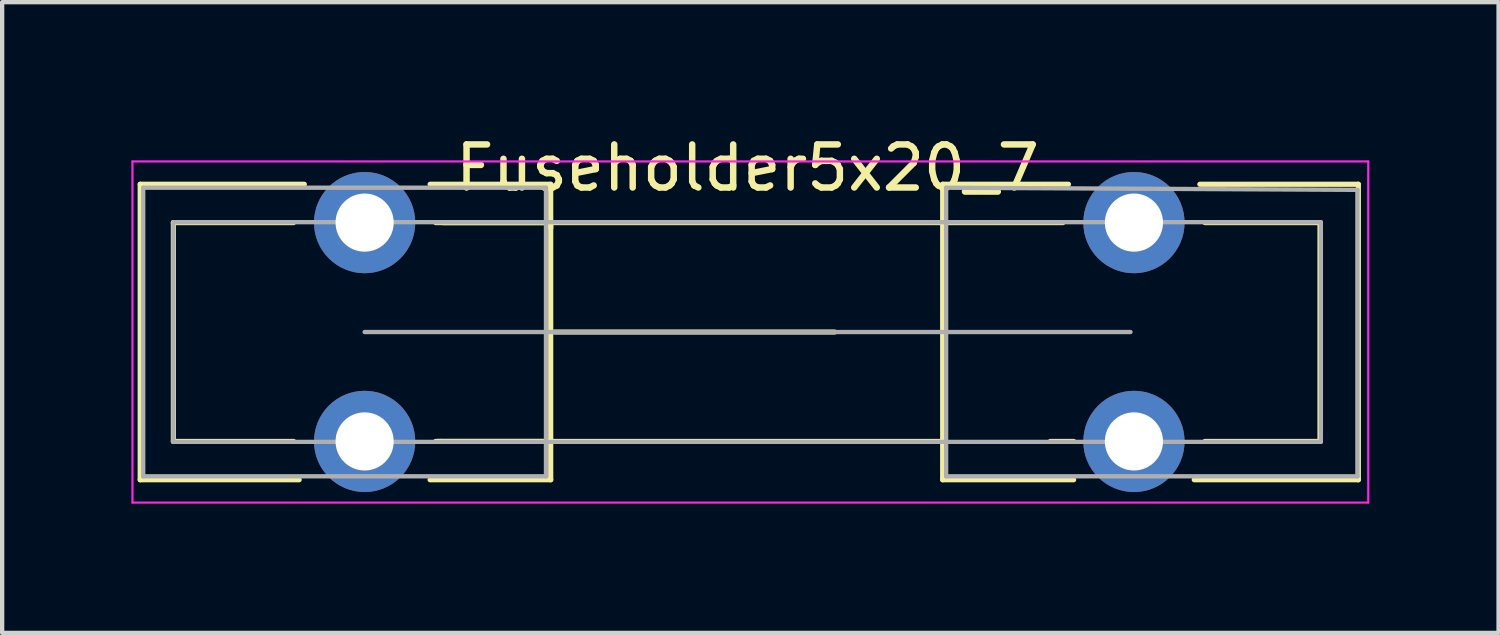
<source format=kicad_pcb>
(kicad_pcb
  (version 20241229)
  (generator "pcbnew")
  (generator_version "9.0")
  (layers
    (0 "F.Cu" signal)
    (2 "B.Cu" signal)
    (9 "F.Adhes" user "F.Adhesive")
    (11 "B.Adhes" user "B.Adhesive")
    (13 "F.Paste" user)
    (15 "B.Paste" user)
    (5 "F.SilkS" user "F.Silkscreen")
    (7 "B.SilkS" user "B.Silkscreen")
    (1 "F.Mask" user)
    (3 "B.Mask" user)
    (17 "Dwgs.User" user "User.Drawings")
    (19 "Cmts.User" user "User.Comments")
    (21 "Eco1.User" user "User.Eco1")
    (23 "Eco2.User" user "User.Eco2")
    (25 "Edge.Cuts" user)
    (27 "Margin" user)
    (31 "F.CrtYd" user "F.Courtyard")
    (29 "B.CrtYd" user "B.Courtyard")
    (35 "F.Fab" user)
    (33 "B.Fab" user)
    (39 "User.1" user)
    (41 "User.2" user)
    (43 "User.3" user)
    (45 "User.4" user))
  (footprint "Fuseholder5x20_7"
    (layer "F.Cu")
    (at 5.415 2.118)
    (property "Reference" "Fuseholder5x20_7" (at 8.89 -1.27 0) (layer "F.SilkS") (effects (font (size 1 1) (thickness 0.15))))
    (attr through_hole)
    (fp_line (start -5.21 -0.89) (end -5.21 5.97) (stroke (width 0.12) (type solid)) (layer "F.SilkS"))
    (fp_line (start -5.21 -0.89) (end -1.4 -0.89) (stroke (width 0.12) (type solid)) (layer "F.SilkS"))
    (fp_line (start -5.21 5.97) (end -1.52 5.97) (stroke (width 0.12) (type solid)) (layer "F.SilkS"))
    (fp_line (start -4.44 0) (end -4.44 5.08) (stroke (width 0.12) (type solid)) (layer "F.SilkS"))
    (fp_line (start -4.44 0) (end -1.65 0) (stroke (width 0.12) (type solid)) (layer "F.SilkS"))
    (fp_line (start -4.44 5.08) (end -1.65 5.08) (stroke (width 0.12) (type solid)) (layer "F.SilkS"))
    (fp_line (start 1.78 5.08) (end 1.65 5.08) (stroke (width 0.12) (type solid)) (layer "F.SilkS"))
    (fp_line (start 1.78 5.08) (end 4.32 5.08) (stroke (width 0.12) (type solid)) (layer "F.SilkS"))
    (fp_line (start 1.82 0) (end 13.38 0) (stroke (width 0.12) (type solid)) (layer "F.SilkS"))
    (fp_line (start 4.32 -0.89) (end 1.52 -0.89) (stroke (width 0.12) (type solid)) (layer "F.SilkS"))
    (fp_line (start 4.32 -0.89) (end 4.32 0.13) (stroke (width 0.12) (type solid)) (layer "F.SilkS"))
    (fp_line (start 4.32 0) (end 1.65 0) (stroke (width 0.12) (type solid)) (layer "F.SilkS"))
    (fp_line (start 4.32 2.54) (end 4.32 0) (stroke (width 0.12) (type solid)) (layer "F.SilkS"))
    (fp_line (start 4.32 5.08) (end 4.32 2.54) (stroke (width 0.12) (type solid)) (layer "F.SilkS"))
    (fp_line (start 4.32 5.97) (end 1.52 5.97) (stroke (width 0.12) (type solid)) (layer "F.SilkS"))
    (fp_line (start 4.32 5.97) (end 4.32 5.08) (stroke (width 0.12) (type solid)) (layer "F.SilkS"))
    (fp_line (start 10.91 2.54) (end 4.41 2.54) (stroke (width 0.12) (type solid)) (layer "F.SilkS"))
    (fp_line (start 13.38 5.08) (end 1.69 5.08) (stroke (width 0.12) (type solid)) (layer "F.SilkS"))
    (fp_line (start 13.42 -0.89) (end 13.42 0) (stroke (width 0.12) (type solid)) (layer "F.SilkS"))
    (fp_line (start 13.42 -0.89) (end 16.34 -0.89) (stroke (width 0.12) (type solid)) (layer "F.SilkS"))
    (fp_line (start 13.42 0) (end 16.21 0) (stroke (width 0.12) (type solid)) (layer "F.SilkS"))
    (fp_line (start 13.42 2.54) (end 13.42 0) (stroke (width 0.12) (type solid)) (layer "F.SilkS"))
    (fp_line (start 13.42 5.08) (end 13.42 2.54) (stroke (width 0.12) (type solid)) (layer "F.SilkS"))
    (fp_line (start 13.42 5.97) (end 13.42 5.08) (stroke (width 0.12) (type solid)) (layer "F.SilkS"))
    (fp_line (start 13.42 5.97) (end 16.46 5.97) (stroke (width 0.12) (type solid)) (layer "F.SilkS"))
    (fp_line (start 15.92 5.08) (end 16.46 5.08) (stroke (width 0.12) (type solid)) (layer "F.SilkS"))
    (fp_line (start 22.18 0) (end 19.51 0) (stroke (width 0.12) (type solid)) (layer "F.SilkS"))
    (fp_line (start 22.18 0) (end 22.18 5.08) (stroke (width 0.12) (type solid)) (layer "F.SilkS"))
    (fp_line (start 22.18 5.08) (end 19.51 5.08) (stroke (width 0.12) (type solid)) (layer "F.SilkS"))
    (fp_line (start 23.07 -0.89) (end 19.39 -0.89) (stroke (width 0.12) (type solid)) (layer "F.SilkS"))
    (fp_line (start 23.07 -0.89) (end 23.07 5.97) (stroke (width 0.12) (type solid)) (layer "F.SilkS"))
    (fp_line (start 23.07 5.97) (end 19.26 5.97) (stroke (width 0.12) (type solid)) (layer "F.SilkS"))
    (fp_line (start -5.39 -1.42) (end -5.39 6.5) (stroke (width 0.05) (type solid)) (layer "F.CrtYd"))
    (fp_line (start -5.39 -1.42) (end 23.3 -1.42) (stroke (width 0.05) (type solid)) (layer "F.CrtYd"))
    (fp_line (start 23.3 6.5) (end -5.39 6.5) (stroke (width 0.05) (type solid)) (layer "F.CrtYd"))
    (fp_line (start 23.3 6.5) (end 23.3 -1.42) (stroke (width 0.05) (type solid)) (layer "F.CrtYd"))
    (fp_line (start -5.14 -0.81) (end 4.21 -0.81) (stroke (width 0.1) (type solid)) (layer "F.Fab"))
    (fp_line (start -5.14 5.89) (end -5.14 -0.81) (stroke (width 0.1) (type solid)) (layer "F.Fab"))
    (fp_line (start -4.44 -0.01) (end 22.2 -0.01) (stroke (width 0.1) (type solid)) (layer "F.Fab"))
    (fp_line (start -4.44 5.09) (end -4.44 0.04) (stroke (width 0.1) (type solid)) (layer "F.Fab"))
    (fp_line (start 0 2.54) (end 17.78 2.54) (stroke (width 0.1) (type solid)) (layer "F.Fab"))
    (fp_line (start 4.21 -0.81) (end 4.21 5.89) (stroke (width 0.1) (type solid)) (layer "F.Fab"))
    (fp_line (start 4.21 5.89) (end -5.14 5.89) (stroke (width 0.1) (type solid)) (layer "F.Fab"))
    (fp_line (start 13.5 -0.81) (end 13.5 5.89) (stroke (width 0.1) (type solid)) (layer "F.Fab"))
    (fp_line (start 13.5 5.89) (end 23.05 5.89) (stroke (width 0.1) (type solid)) (layer "F.Fab"))
    (fp_line (start 22.2 -0.01) (end 22.2 5.09) (stroke (width 0.1) (type solid)) (layer "F.Fab"))
    (fp_line (start 22.2 5.09) (end -4.44 5.09) (stroke (width 0.1) (type solid)) (layer "F.Fab"))
    (fp_line (start 23.05 -0.76) (end 13.5 -0.81) (stroke (width 0.1) (type solid)) (layer "F.Fab"))
    (fp_line (start 23.05 5.89) (end 23.05 -0.76) (stroke (width 0.1) (type solid)) (layer "F.Fab"))
    (pad "1" thru_hole circle (at 0 0) (size 2.35 2.35) (drill 1.35) (layers "*.Cu" "*.Mask"))
    (pad "1" thru_hole circle (at 0 5.08) (size 2.35 2.35) (drill 1.35) (layers "*.Cu" "*.Mask"))
    (pad "2" thru_hole circle (at 17.86 0) (size 2.35 2.35) (drill 1.35) (layers "*.Cu" "*.Mask"))
    (pad "2" thru_hole circle (at 17.86 5.08) (size 2.35 2.35) (drill 1.35) (layers "*.Cu" "*.Mask")))
  (gr_rect
    (start -3 -3)
    (end 31.74 11.643)
    (stroke (width 0.1) (type default))
    (fill no)
    (layer "Edge.Cuts")))
</source>
